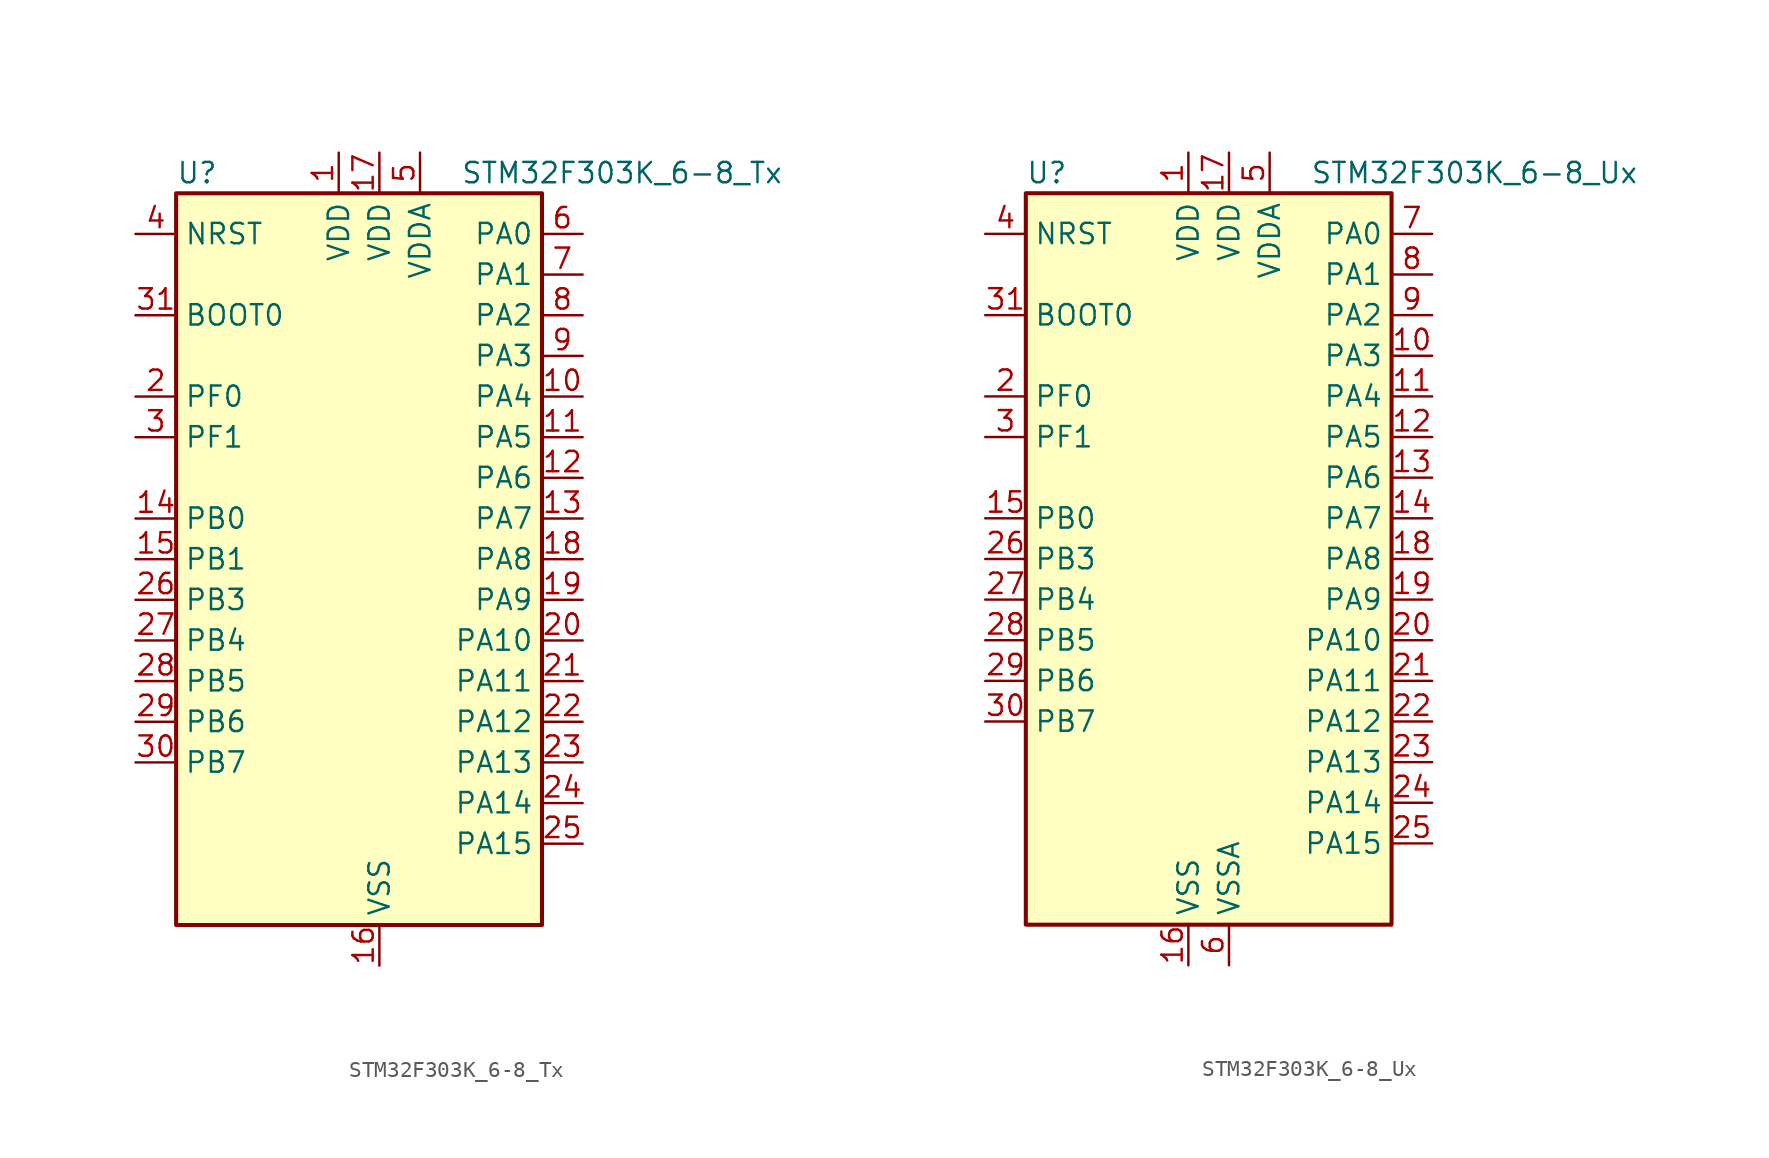
<source format=kicad_sym>
(kicad_symbol_lib
  (version 20220914)
  (generator kicad_symbol_editor)
  (symbol "STM32F303K_6-8_Tx"
    (property "Reference" "U"
      (at -10.16 24.13 0)
      (effects (font (size 1.27 1.27)) (justify left)))
    (property "Value" "STM32F303K_6-8_Tx"
      (at 7.62 24.13 0)
      (effects (font (size 1.27 1.27)) (justify left)))
    (property "ki_locked" ""
      (at 0 0 0)
      (effects (font (size 1.27 1.27))))
    (symbol "STM32F303K_6-8_Tx_0_1"
      (rectangle (start -10.16 -22.86) (end 12.7 22.86) (stroke (width 0.254) (type default)) (fill (type background))))
    (symbol "STM32F303K_6-8_Tx_1_1"
      (pin power_in line (at 0 25.4 270) (length 2.54) (name "VDD" (effects (font (size 1.27 1.27)))) (number "1" (effects (font (size 1.27 1.27)))))
      (pin bidirectional line (at 15.24 10.16 180) (length 2.54) (name "PA4" (effects (font (size 1.27 1.27)))) (number "10" (effects (font (size 1.27 1.27)))) (alternate "ADC2_IN1" bidirectional line) (alternate "COMP2_INM" bidirectional line) (alternate "COMP4_INM" bidirectional line) (alternate "DAC1_OUT1" bidirectional line) (alternate "SPI1_NSS" bidirectional line) (alternate "TIM3_CH2" bidirectional line) (alternate "TSC_G2_IO1" bidirectional line) (alternate "USART2_CK" bidirectional line))
      (pin bidirectional line (at 15.24 7.62 180) (length 2.54) (name "PA5" (effects (font (size 1.27 1.27)))) (number "11" (effects (font (size 1.27 1.27)))) (alternate "ADC2_IN2" bidirectional line) (alternate "DAC1_OUT2" bidirectional line) (alternate "OPAMP2_VINM" bidirectional line) (alternate "OPAMP2_VINM_SEC" bidirectional line) (alternate "SPI1_SCK" bidirectional line) (alternate "TIM2_CH1" bidirectional line) (alternate "TIM2_ETR" bidirectional line) (alternate "TSC_G2_IO2" bidirectional line))
      (pin bidirectional line (at 15.24 5.08 180) (length 2.54) (name "PA6" (effects (font (size 1.27 1.27)))) (number "12" (effects (font (size 1.27 1.27)))) (alternate "ADC2_IN3" bidirectional line) (alternate "DAC2_OUT1" bidirectional line) (alternate "OPAMP2_VOUT" bidirectional line) (alternate "SPI1_MISO" bidirectional line) (alternate "TIM16_CH1" bidirectional line) (alternate "TIM1_BKIN" bidirectional line) (alternate "TIM3_CH1" bidirectional line) (alternate "TSC_G2_IO3" bidirectional line))
      (pin bidirectional line (at 15.24 2.54 180) (length 2.54) (name "PA7" (effects (font (size 1.27 1.27)))) (number "13" (effects (font (size 1.27 1.27)))) (alternate "ADC2_IN4" bidirectional line) (alternate "COMP2_INP" bidirectional line) (alternate "OPAMP2_VINP" bidirectional line) (alternate "OPAMP2_VINP_SEC" bidirectional line) (alternate "SPI1_MOSI" bidirectional line) (alternate "TIM17_CH1" bidirectional line) (alternate "TIM1_CH1N" bidirectional line) (alternate "TIM3_CH2" bidirectional line) (alternate "TSC_G2_IO4" bidirectional line))
      (pin bidirectional line (at -12.7 2.54 0) (length 2.54) (name "PB0" (effects (font (size 1.27 1.27)))) (number "14" (effects (font (size 1.27 1.27)))) (alternate "ADC1_IN11" bidirectional line) (alternate "COMP4_INP" bidirectional line) (alternate "OPAMP2_VINP" bidirectional line) (alternate "OPAMP2_VINP_SEC" bidirectional line) (alternate "TIM1_CH2N" bidirectional line) (alternate "TIM3_CH3" bidirectional line) (alternate "TSC_G3_IO2" bidirectional line))
      (pin bidirectional line (at -12.7 0 0) (length 2.54) (name "PB1" (effects (font (size 1.27 1.27)))) (number "15" (effects (font (size 1.27 1.27)))) (alternate "ADC1_IN12" bidirectional line) (alternate "COMP4_OUT" bidirectional line) (alternate "TIM1_CH3N" bidirectional line) (alternate "TIM3_CH4" bidirectional line) (alternate "TSC_G3_IO3" bidirectional line))
      (pin power_in line (at 2.54 -25.4 90) (length 2.54) (name "VSS" (effects (font (size 1.27 1.27)))) (number "16" (effects (font (size 1.27 1.27)))))
      (pin power_in line (at 2.54 25.4 270) (length 2.54) (name "VDD" (effects (font (size 1.27 1.27)))) (number "17" (effects (font (size 1.27 1.27)))))
      (pin bidirectional line (at 15.24 0 180) (length 2.54) (name "PA8" (effects (font (size 1.27 1.27)))) (number "18" (effects (font (size 1.27 1.27)))) (alternate "RCC_MCO" bidirectional line) (alternate "TIM1_CH1" bidirectional line) (alternate "USART1_CK" bidirectional line))
      (pin bidirectional line (at 15.24 -2.54 180) (length 2.54) (name "PA9" (effects (font (size 1.27 1.27)))) (number "19" (effects (font (size 1.27 1.27)))) (alternate "DAC1_EXTI9" bidirectional line) (alternate "DAC2_EXTI9" bidirectional line) (alternate "TIM15_BKIN" bidirectional line) (alternate "TIM1_CH2" bidirectional line) (alternate "TIM2_CH3" bidirectional line) (alternate "TSC_G4_IO1" bidirectional line) (alternate "USART1_TX" bidirectional line))
      (pin bidirectional line (at -12.7 10.16 0) (length 2.54) (name "PF0" (effects (font (size 1.27 1.27)))) (number "2" (effects (font (size 1.27 1.27)))) (alternate "RCC_OSC_IN" bidirectional line) (alternate "TIM1_CH3N" bidirectional line))
      (pin bidirectional line (at 15.24 -5.08 180) (length 2.54) (name "PA10" (effects (font (size 1.27 1.27)))) (number "20" (effects (font (size 1.27 1.27)))) (alternate "TIM17_BKIN" bidirectional line) (alternate "TIM1_CH3" bidirectional line) (alternate "TIM2_CH4" bidirectional line) (alternate "TSC_G4_IO2" bidirectional line) (alternate "USART1_RX" bidirectional line))
      (pin bidirectional line (at 15.24 -7.62 180) (length 2.54) (name "PA11" (effects (font (size 1.27 1.27)))) (number "21" (effects (font (size 1.27 1.27)))) (alternate "CAN_RX" bidirectional line) (alternate "TIM1_BKIN2" bidirectional line) (alternate "TIM1_CH1N" bidirectional line) (alternate "TIM1_CH4" bidirectional line) (alternate "USART1_CTS" bidirectional line))
      (pin bidirectional line (at 15.24 -10.16 180) (length 2.54) (name "PA12" (effects (font (size 1.27 1.27)))) (number "22" (effects (font (size 1.27 1.27)))) (alternate "CAN_TX" bidirectional line) (alternate "COMP2_OUT" bidirectional line) (alternate "TIM16_CH1" bidirectional line) (alternate "TIM1_CH2N" bidirectional line) (alternate "TIM1_ETR" bidirectional line) (alternate "USART1_DE" bidirectional line) (alternate "USART1_RTS" bidirectional line))
      (pin bidirectional line (at 15.24 -12.7 180) (length 2.54) (name "PA13" (effects (font (size 1.27 1.27)))) (number "23" (effects (font (size 1.27 1.27)))) (alternate "IR_OUT" bidirectional line) (alternate "SYS_JTMS-SWDIO" bidirectional line) (alternate "TIM16_CH1N" bidirectional line) (alternate "TSC_G4_IO3" bidirectional line))
      (pin bidirectional line (at 15.24 -15.24 180) (length 2.54) (name "PA14" (effects (font (size 1.27 1.27)))) (number "24" (effects (font (size 1.27 1.27)))) (alternate "I2C1_SDA" bidirectional line) (alternate "SYS_JTCK-SWCLK" bidirectional line) (alternate "TIM1_BKIN" bidirectional line) (alternate "TSC_G4_IO4" bidirectional line) (alternate "USART2_TX" bidirectional line))
      (pin bidirectional line (at 15.24 -17.78 180) (length 2.54) (name "PA15" (effects (font (size 1.27 1.27)))) (number "25" (effects (font (size 1.27 1.27)))) (alternate "I2C1_SCL" bidirectional line) (alternate "SPI1_NSS" bidirectional line) (alternate "SYS_JTDI" bidirectional line) (alternate "TIM1_BKIN" bidirectional line) (alternate "TIM2_CH1" bidirectional line) (alternate "TIM2_ETR" bidirectional line) (alternate "TSC_SYNC" bidirectional line) (alternate "USART2_RX" bidirectional line))
      (pin bidirectional line (at -12.7 -2.54 0) (length 2.54) (name "PB3" (effects (font (size 1.27 1.27)))) (number "26" (effects (font (size 1.27 1.27)))) (alternate "SPI1_SCK" bidirectional line) (alternate "SYS_JTDO-TRACESWO" bidirectional line) (alternate "TIM2_CH2" bidirectional line) (alternate "TIM3_ETR" bidirectional line) (alternate "TSC_G5_IO1" bidirectional line) (alternate "USART2_TX" bidirectional line))
      (pin bidirectional line (at -12.7 -5.08 0) (length 2.54) (name "PB4" (effects (font (size 1.27 1.27)))) (number "27" (effects (font (size 1.27 1.27)))) (alternate "SPI1_MISO" bidirectional line) (alternate "SYS_NJTRST" bidirectional line) (alternate "TIM16_CH1" bidirectional line) (alternate "TIM17_BKIN" bidirectional line) (alternate "TIM3_CH1" bidirectional line) (alternate "TSC_G5_IO2" bidirectional line) (alternate "USART2_RX" bidirectional line))
      (pin bidirectional line (at -12.7 -7.62 0) (length 2.54) (name "PB5" (effects (font (size 1.27 1.27)))) (number "28" (effects (font (size 1.27 1.27)))) (alternate "I2C1_SMBA" bidirectional line) (alternate "SPI1_MOSI" bidirectional line) (alternate "TIM16_BKIN" bidirectional line) (alternate "TIM17_CH1" bidirectional line) (alternate "TIM3_CH2" bidirectional line) (alternate "USART2_CK" bidirectional line))
      (pin bidirectional line (at -12.7 -10.16 0) (length 2.54) (name "PB6" (effects (font (size 1.27 1.27)))) (number "29" (effects (font (size 1.27 1.27)))) (alternate "I2C1_SCL" bidirectional line) (alternate "TIM16_CH1N" bidirectional line) (alternate "TSC_G5_IO3" bidirectional line) (alternate "USART1_TX" bidirectional line))
      (pin bidirectional line (at -12.7 7.62 0) (length 2.54) (name "PF1" (effects (font (size 1.27 1.27)))) (number "3" (effects (font (size 1.27 1.27)))) (alternate "RCC_OSC_OUT" bidirectional line))
      (pin bidirectional line (at -12.7 -12.7 0) (length 2.54) (name "PB7" (effects (font (size 1.27 1.27)))) (number "30" (effects (font (size 1.27 1.27)))) (alternate "I2C1_SDA" bidirectional line) (alternate "TIM17_CH1N" bidirectional line) (alternate "TIM3_CH4" bidirectional line) (alternate "TSC_G5_IO4" bidirectional line) (alternate "USART1_RX" bidirectional line))
      (pin input line (at -12.7 15.24 0) (length 2.54) (name "BOOT0" (effects (font (size 1.27 1.27)))) (number "31" (effects (font (size 1.27 1.27)))))
      (pin passive line (at 2.54 -25.4 90) (length 2.54) hide (name "VSS" (effects (font (size 1.27 1.27)))) (number "32" (effects (font (size 1.27 1.27)))))
      (pin input line (at -12.7 20.32 0) (length 2.54) (name "NRST" (effects (font (size 1.27 1.27)))) (number "4" (effects (font (size 1.27 1.27)))))
      (pin power_in line (at 5.08 25.4 270) (length 2.54) (name "VDDA" (effects (font (size 1.27 1.27)))) (number "5" (effects (font (size 1.27 1.27)))))
      (pin bidirectional line (at 15.24 20.32 180) (length 2.54) (name "PA0" (effects (font (size 1.27 1.27)))) (number "6" (effects (font (size 1.27 1.27)))) (alternate "ADC1_IN1" bidirectional line) (alternate "RTC_TAMP2" bidirectional line) (alternate "SYS_WKUP1" bidirectional line) (alternate "TIM2_CH1" bidirectional line) (alternate "TIM2_ETR" bidirectional line) (alternate "TSC_G1_IO1" bidirectional line) (alternate "USART2_CTS" bidirectional line))
      (pin bidirectional line (at 15.24 17.78 180) (length 2.54) (name "PA1" (effects (font (size 1.27 1.27)))) (number "7" (effects (font (size 1.27 1.27)))) (alternate "ADC1_IN2" bidirectional line) (alternate "RTC_REFIN" bidirectional line) (alternate "TIM15_CH1N" bidirectional line) (alternate "TIM2_CH2" bidirectional line) (alternate "TSC_G1_IO2" bidirectional line) (alternate "USART2_DE" bidirectional line) (alternate "USART2_RTS" bidirectional line))
      (pin bidirectional line (at 15.24 15.24 180) (length 2.54) (name "PA2" (effects (font (size 1.27 1.27)))) (number "8" (effects (font (size 1.27 1.27)))) (alternate "ADC1_IN3" bidirectional line) (alternate "COMP2_INM" bidirectional line) (alternate "COMP2_OUT" bidirectional line) (alternate "TIM15_CH1" bidirectional line) (alternate "TIM2_CH3" bidirectional line) (alternate "TSC_G1_IO3" bidirectional line) (alternate "USART2_TX" bidirectional line))
      (pin bidirectional line (at 15.24 12.7 180) (length 2.54) (name "PA3" (effects (font (size 1.27 1.27)))) (number "9" (effects (font (size 1.27 1.27)))) (alternate "ADC1_IN4" bidirectional line) (alternate "TIM15_CH2" bidirectional line) (alternate "TIM2_CH4" bidirectional line) (alternate "TSC_G1_IO4" bidirectional line) (alternate "USART2_RX" bidirectional line))))
  (symbol "STM32F303K_6-8_Ux"
    (property "Reference" "U"
      (at -10.16 24.13 0)
      (effects (font (size 1.27 1.27)) (justify left)))
    (property "Value" "STM32F303K_6-8_Ux"
      (at 7.62 24.13 0)
      (effects (font (size 1.27 1.27)) (justify left)))
    (property "ki_locked" ""
      (at 0 0 0)
      (effects (font (size 1.27 1.27))))
    (symbol "STM32F303K_6-8_Ux_0_1"
      (rectangle (start -10.16 -22.86) (end 12.7 22.86) (stroke (width 0.254) (type default)) (fill (type background))))
    (symbol "STM32F303K_6-8_Ux_1_1"
      (pin power_in line (at 0 25.4 270) (length 2.54) (name "VDD" (effects (font (size 1.27 1.27)))) (number "1" (effects (font (size 1.27 1.27)))))
      (pin bidirectional line (at 15.24 12.7 180) (length 2.54) (name "PA3" (effects (font (size 1.27 1.27)))) (number "10" (effects (font (size 1.27 1.27)))) (alternate "ADC1_IN4" bidirectional line) (alternate "TIM15_CH2" bidirectional line) (alternate "TIM2_CH4" bidirectional line) (alternate "TSC_G1_IO4" bidirectional line) (alternate "USART2_RX" bidirectional line))
      (pin bidirectional line (at 15.24 10.16 180) (length 2.54) (name "PA4" (effects (font (size 1.27 1.27)))) (number "11" (effects (font (size 1.27 1.27)))) (alternate "ADC2_IN1" bidirectional line) (alternate "COMP2_INM" bidirectional line) (alternate "COMP4_INM" bidirectional line) (alternate "DAC1_OUT1" bidirectional line) (alternate "SPI1_NSS" bidirectional line) (alternate "TIM3_CH2" bidirectional line) (alternate "TSC_G2_IO1" bidirectional line) (alternate "USART2_CK" bidirectional line))
      (pin bidirectional line (at 15.24 7.62 180) (length 2.54) (name "PA5" (effects (font (size 1.27 1.27)))) (number "12" (effects (font (size 1.27 1.27)))) (alternate "ADC2_IN2" bidirectional line) (alternate "DAC1_OUT2" bidirectional line) (alternate "OPAMP2_VINM" bidirectional line) (alternate "OPAMP2_VINM_SEC" bidirectional line) (alternate "SPI1_SCK" bidirectional line) (alternate "TIM2_CH1" bidirectional line) (alternate "TIM2_ETR" bidirectional line) (alternate "TSC_G2_IO2" bidirectional line))
      (pin bidirectional line (at 15.24 5.08 180) (length 2.54) (name "PA6" (effects (font (size 1.27 1.27)))) (number "13" (effects (font (size 1.27 1.27)))) (alternate "ADC2_IN3" bidirectional line) (alternate "DAC2_OUT1" bidirectional line) (alternate "OPAMP2_VOUT" bidirectional line) (alternate "SPI1_MISO" bidirectional line) (alternate "TIM16_CH1" bidirectional line) (alternate "TIM1_BKIN" bidirectional line) (alternate "TIM3_CH1" bidirectional line) (alternate "TSC_G2_IO3" bidirectional line))
      (pin bidirectional line (at 15.24 2.54 180) (length 2.54) (name "PA7" (effects (font (size 1.27 1.27)))) (number "14" (effects (font (size 1.27 1.27)))) (alternate "ADC2_IN4" bidirectional line) (alternate "COMP2_INP" bidirectional line) (alternate "OPAMP2_VINP" bidirectional line) (alternate "OPAMP2_VINP_SEC" bidirectional line) (alternate "SPI1_MOSI" bidirectional line) (alternate "TIM17_CH1" bidirectional line) (alternate "TIM1_CH1N" bidirectional line) (alternate "TIM3_CH2" bidirectional line) (alternate "TSC_G2_IO4" bidirectional line))
      (pin bidirectional line (at -12.7 2.54 0) (length 2.54) (name "PB0" (effects (font (size 1.27 1.27)))) (number "15" (effects (font (size 1.27 1.27)))) (alternate "ADC1_IN11" bidirectional line) (alternate "COMP4_INP" bidirectional line) (alternate "OPAMP2_VINP" bidirectional line) (alternate "OPAMP2_VINP_SEC" bidirectional line) (alternate "TIM1_CH2N" bidirectional line) (alternate "TIM3_CH3" bidirectional line) (alternate "TSC_G3_IO2" bidirectional line))
      (pin power_in line (at 0 -25.4 90) (length 2.54) (name "VSS" (effects (font (size 1.27 1.27)))) (number "16" (effects (font (size 1.27 1.27)))))
      (pin power_in line (at 2.54 25.4 270) (length 2.54) (name "VDD" (effects (font (size 1.27 1.27)))) (number "17" (effects (font (size 1.27 1.27)))))
      (pin bidirectional line (at 15.24 0 180) (length 2.54) (name "PA8" (effects (font (size 1.27 1.27)))) (number "18" (effects (font (size 1.27 1.27)))) (alternate "RCC_MCO" bidirectional line) (alternate "TIM1_CH1" bidirectional line) (alternate "USART1_CK" bidirectional line))
      (pin bidirectional line (at 15.24 -2.54 180) (length 2.54) (name "PA9" (effects (font (size 1.27 1.27)))) (number "19" (effects (font (size 1.27 1.27)))) (alternate "DAC1_EXTI9" bidirectional line) (alternate "DAC2_EXTI9" bidirectional line) (alternate "TIM15_BKIN" bidirectional line) (alternate "TIM1_CH2" bidirectional line) (alternate "TIM2_CH3" bidirectional line) (alternate "TSC_G4_IO1" bidirectional line) (alternate "USART1_TX" bidirectional line))
      (pin bidirectional line (at -12.7 10.16 0) (length 2.54) (name "PF0" (effects (font (size 1.27 1.27)))) (number "2" (effects (font (size 1.27 1.27)))) (alternate "RCC_OSC_IN" bidirectional line) (alternate "TIM1_CH3N" bidirectional line))
      (pin bidirectional line (at 15.24 -5.08 180) (length 2.54) (name "PA10" (effects (font (size 1.27 1.27)))) (number "20" (effects (font (size 1.27 1.27)))) (alternate "TIM17_BKIN" bidirectional line) (alternate "TIM1_CH3" bidirectional line) (alternate "TIM2_CH4" bidirectional line) (alternate "TSC_G4_IO2" bidirectional line) (alternate "USART1_RX" bidirectional line))
      (pin bidirectional line (at 15.24 -7.62 180) (length 2.54) (name "PA11" (effects (font (size 1.27 1.27)))) (number "21" (effects (font (size 1.27 1.27)))) (alternate "CAN_RX" bidirectional line) (alternate "TIM1_BKIN2" bidirectional line) (alternate "TIM1_CH1N" bidirectional line) (alternate "TIM1_CH4" bidirectional line) (alternate "USART1_CTS" bidirectional line))
      (pin bidirectional line (at 15.24 -10.16 180) (length 2.54) (name "PA12" (effects (font (size 1.27 1.27)))) (number "22" (effects (font (size 1.27 1.27)))) (alternate "CAN_TX" bidirectional line) (alternate "COMP2_OUT" bidirectional line) (alternate "TIM16_CH1" bidirectional line) (alternate "TIM1_CH2N" bidirectional line) (alternate "TIM1_ETR" bidirectional line) (alternate "USART1_DE" bidirectional line) (alternate "USART1_RTS" bidirectional line))
      (pin bidirectional line (at 15.24 -12.7 180) (length 2.54) (name "PA13" (effects (font (size 1.27 1.27)))) (number "23" (effects (font (size 1.27 1.27)))) (alternate "IR_OUT" bidirectional line) (alternate "SYS_JTMS-SWDIO" bidirectional line) (alternate "TIM16_CH1N" bidirectional line) (alternate "TSC_G4_IO3" bidirectional line))
      (pin bidirectional line (at 15.24 -15.24 180) (length 2.54) (name "PA14" (effects (font (size 1.27 1.27)))) (number "24" (effects (font (size 1.27 1.27)))) (alternate "I2C1_SDA" bidirectional line) (alternate "SYS_JTCK-SWCLK" bidirectional line) (alternate "TIM1_BKIN" bidirectional line) (alternate "TSC_G4_IO4" bidirectional line) (alternate "USART2_TX" bidirectional line))
      (pin bidirectional line (at 15.24 -17.78 180) (length 2.54) (name "PA15" (effects (font (size 1.27 1.27)))) (number "25" (effects (font (size 1.27 1.27)))) (alternate "I2C1_SCL" bidirectional line) (alternate "SPI1_NSS" bidirectional line) (alternate "SYS_JTDI" bidirectional line) (alternate "TIM1_BKIN" bidirectional line) (alternate "TIM2_CH1" bidirectional line) (alternate "TIM2_ETR" bidirectional line) (alternate "TSC_SYNC" bidirectional line) (alternate "USART2_RX" bidirectional line))
      (pin bidirectional line (at -12.7 0 0) (length 2.54) (name "PB3" (effects (font (size 1.27 1.27)))) (number "26" (effects (font (size 1.27 1.27)))) (alternate "SPI1_SCK" bidirectional line) (alternate "SYS_JTDO-TRACESWO" bidirectional line) (alternate "TIM2_CH2" bidirectional line) (alternate "TIM3_ETR" bidirectional line) (alternate "TSC_G5_IO1" bidirectional line) (alternate "USART2_TX" bidirectional line))
      (pin bidirectional line (at -12.7 -2.54 0) (length 2.54) (name "PB4" (effects (font (size 1.27 1.27)))) (number "27" (effects (font (size 1.27 1.27)))) (alternate "SPI1_MISO" bidirectional line) (alternate "SYS_NJTRST" bidirectional line) (alternate "TIM16_CH1" bidirectional line) (alternate "TIM17_BKIN" bidirectional line) (alternate "TIM3_CH1" bidirectional line) (alternate "TSC_G5_IO2" bidirectional line) (alternate "USART2_RX" bidirectional line))
      (pin bidirectional line (at -12.7 -5.08 0) (length 2.54) (name "PB5" (effects (font (size 1.27 1.27)))) (number "28" (effects (font (size 1.27 1.27)))) (alternate "I2C1_SMBA" bidirectional line) (alternate "SPI1_MOSI" bidirectional line) (alternate "TIM16_BKIN" bidirectional line) (alternate "TIM17_CH1" bidirectional line) (alternate "TIM3_CH2" bidirectional line) (alternate "USART2_CK" bidirectional line))
      (pin bidirectional line (at -12.7 -7.62 0) (length 2.54) (name "PB6" (effects (font (size 1.27 1.27)))) (number "29" (effects (font (size 1.27 1.27)))) (alternate "I2C1_SCL" bidirectional line) (alternate "TIM16_CH1N" bidirectional line) (alternate "TSC_G5_IO3" bidirectional line) (alternate "USART1_TX" bidirectional line))
      (pin bidirectional line (at -12.7 7.62 0) (length 2.54) (name "PF1" (effects (font (size 1.27 1.27)))) (number "3" (effects (font (size 1.27 1.27)))) (alternate "RCC_OSC_OUT" bidirectional line))
      (pin bidirectional line (at -12.7 -10.16 0) (length 2.54) (name "PB7" (effects (font (size 1.27 1.27)))) (number "30" (effects (font (size 1.27 1.27)))) (alternate "I2C1_SDA" bidirectional line) (alternate "TIM17_CH1N" bidirectional line) (alternate "TIM3_CH4" bidirectional line) (alternate "TSC_G5_IO4" bidirectional line) (alternate "USART1_RX" bidirectional line))
      (pin input line (at -12.7 15.24 0) (length 2.54) (name "BOOT0" (effects (font (size 1.27 1.27)))) (number "31" (effects (font (size 1.27 1.27)))))
      (pin passive line (at 0 -25.4 90) (length 2.54) hide (name "VSS" (effects (font (size 1.27 1.27)))) (number "32" (effects (font (size 1.27 1.27)))))
      (pin passive line (at 0 -25.4 90) (length 2.54) hide (name "VSS" (effects (font (size 1.27 1.27)))) (number "33" (effects (font (size 1.27 1.27)))))
      (pin input line (at -12.7 20.32 0) (length 2.54) (name "NRST" (effects (font (size 1.27 1.27)))) (number "4" (effects (font (size 1.27 1.27)))))
      (pin power_in line (at 5.08 25.4 270) (length 2.54) (name "VDDA" (effects (font (size 1.27 1.27)))) (number "5" (effects (font (size 1.27 1.27)))))
      (pin power_in line (at 2.54 -25.4 90) (length 2.54) (name "VSSA" (effects (font (size 1.27 1.27)))) (number "6" (effects (font (size 1.27 1.27)))))
      (pin bidirectional line (at 15.24 20.32 180) (length 2.54) (name "PA0" (effects (font (size 1.27 1.27)))) (number "7" (effects (font (size 1.27 1.27)))) (alternate "ADC1_IN1" bidirectional line) (alternate "RTC_TAMP2" bidirectional line) (alternate "SYS_WKUP1" bidirectional line) (alternate "TIM2_CH1" bidirectional line) (alternate "TIM2_ETR" bidirectional line) (alternate "TSC_G1_IO1" bidirectional line) (alternate "USART2_CTS" bidirectional line))
      (pin bidirectional line (at 15.24 17.78 180) (length 2.54) (name "PA1" (effects (font (size 1.27 1.27)))) (number "8" (effects (font (size 1.27 1.27)))) (alternate "ADC1_IN2" bidirectional line) (alternate "RTC_REFIN" bidirectional line) (alternate "TIM15_CH1N" bidirectional line) (alternate "TIM2_CH2" bidirectional line) (alternate "TSC_G1_IO2" bidirectional line) (alternate "USART2_DE" bidirectional line) (alternate "USART2_RTS" bidirectional line))
      (pin bidirectional line (at 15.24 15.24 180) (length 2.54) (name "PA2" (effects (font (size 1.27 1.27)))) (number "9" (effects (font (size 1.27 1.27)))) (alternate "ADC1_IN3" bidirectional line) (alternate "COMP2_INM" bidirectional line) (alternate "COMP2_OUT" bidirectional line) (alternate "TIM15_CH1" bidirectional line) (alternate "TIM2_CH3" bidirectional line) (alternate "TSC_G1_IO3" bidirectional line) (alternate "USART2_TX" bidirectional line)))))
</source>
